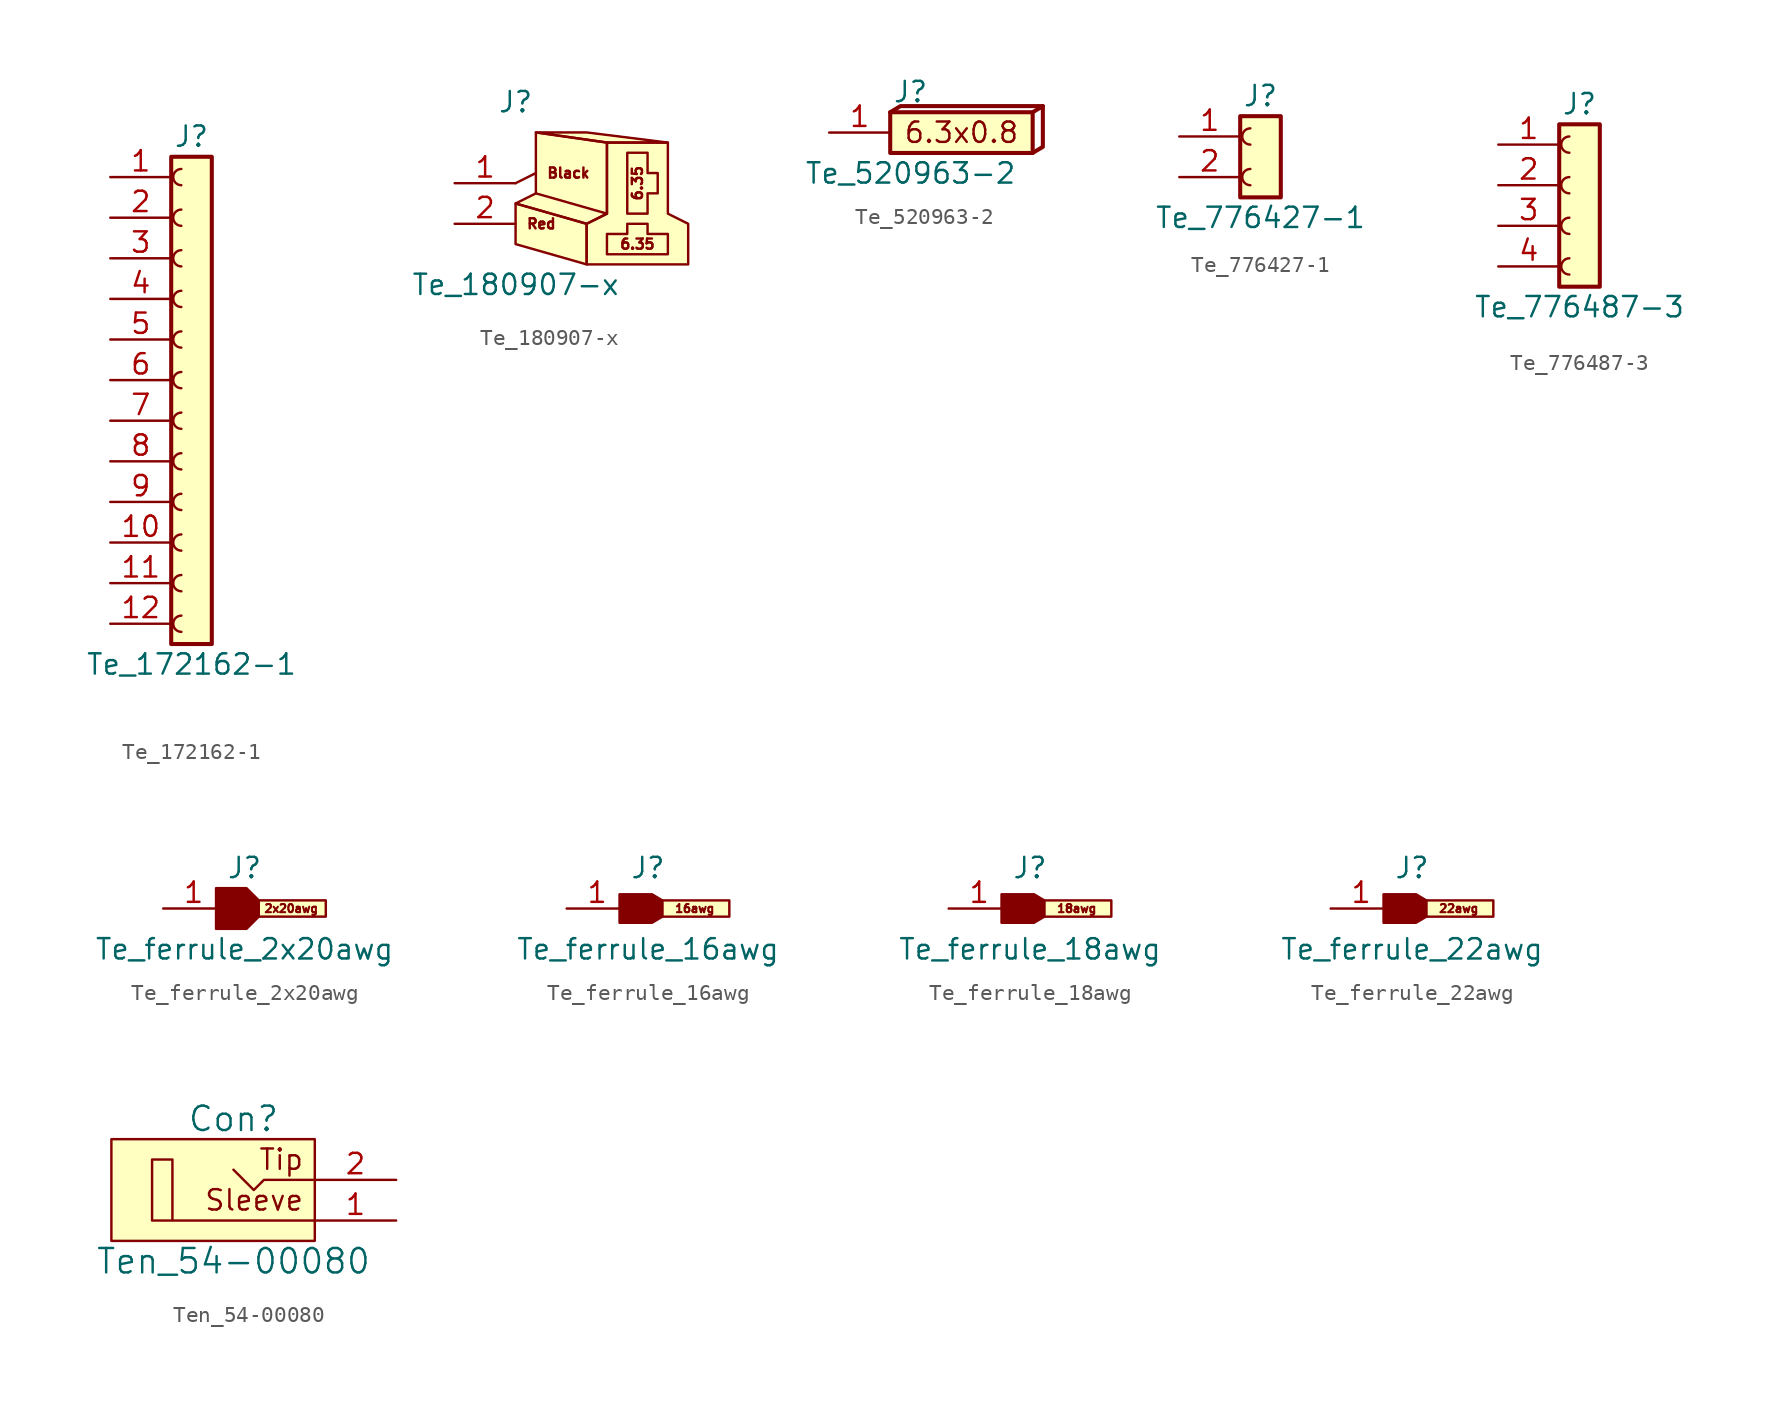
<source format=kicad_sym>
(kicad_symbol_lib
  (version 20211014)
  (generator kicad_symbol_editor)
  (symbol "Te_172162-1"
    (pin_names
      (offset 1.016) hide)
    (property "Reference" "J"
      (at 0 16.51 0)
      (effects (font (size 1.27 1.27))))
    (property "Value" "Te_172162-1"
      (at 0 -16.51 0)
      (effects (font (size 1.27 1.27))))
    (symbol "Te_172162-1_1_1"
      (rectangle (start -1.27 15.24) (end 1.27 -15.24) (stroke (width 0.254) (type default) (color 0 0 0 0)) (fill (type background)))
      (arc (start -0.635 -13.462) (mid -1.143 -13.97) (end -0.635 -14.478) (stroke (width 0) (type default) (color 0 0 0 0)) (fill (type none)))
      (arc (start -0.635 -10.922) (mid -1.143 -11.43) (end -0.635 -11.938) (stroke (width 0) (type default) (color 0 0 0 0)) (fill (type none)))
      (arc (start -0.635 -8.382) (mid -1.143 -8.89) (end -0.635 -9.398) (stroke (width 0) (type default) (color 0 0 0 0)) (fill (type none)))
      (arc (start -0.635 -5.842) (mid -1.143 -6.35) (end -0.635 -6.858) (stroke (width 0) (type default) (color 0 0 0 0)) (fill (type none)))
      (arc (start -0.635 -3.302) (mid -1.143 -3.81) (end -0.635 -4.318) (stroke (width 0) (type default) (color 0 0 0 0)) (fill (type none)))
      (arc (start -0.635 -0.762) (mid -1.143 -1.27) (end -0.635 -1.778) (stroke (width 0) (type default) (color 0 0 0 0)) (fill (type none)))
      (arc (start -0.635 1.778) (mid -1.143 1.27) (end -0.635 0.762) (stroke (width 0) (type default) (color 0 0 0 0)) (fill (type none)))
      (arc (start -0.635 4.318) (mid -1.143 3.81) (end -0.635 3.302) (stroke (width 0) (type default) (color 0 0 0 0)) (fill (type none)))
      (arc (start -0.635 6.858) (mid -1.143 6.35) (end -0.635 5.842) (stroke (width 0) (type default) (color 0 0 0 0)) (fill (type none)))
      (arc (start -0.635 9.398) (mid -1.143 8.89) (end -0.635 8.382) (stroke (width 0) (type default) (color 0 0 0 0)) (fill (type none)))
      (arc (start -0.635 11.938) (mid -1.143 11.43) (end -0.635 10.922) (stroke (width 0) (type default) (color 0 0 0 0)) (fill (type none)))
      (arc (start -0.635 14.478) (mid -1.143 13.97) (end -0.635 13.462) (stroke (width 0) (type default) (color 0 0 0 0)) (fill (type none)))
      (pin passive line (at -5.08 13.97 0) (length 3.81) (name "Pin_1" (effects (font (size 1.27 1.27)))) (number "1" (effects (font (size 1.27 1.27)))))
      (pin passive line (at -5.08 -8.89 0) (length 3.81) (name "Pin_10" (effects (font (size 1.27 1.27)))) (number "10" (effects (font (size 1.27 1.27)))))
      (pin passive line (at -5.08 -11.43 0) (length 3.81) (name "Pin_11" (effects (font (size 1.27 1.27)))) (number "11" (effects (font (size 1.27 1.27)))))
      (pin passive line (at -5.08 -13.97 0) (length 3.81) (name "Pin_12" (effects (font (size 1.27 1.27)))) (number "12" (effects (font (size 1.27 1.27)))))
      (pin passive line (at -5.08 11.43 0) (length 3.81) (name "Pin_2" (effects (font (size 1.27 1.27)))) (number "2" (effects (font (size 1.27 1.27)))))
      (pin passive line (at -5.08 8.89 0) (length 3.81) (name "Pin_3" (effects (font (size 1.27 1.27)))) (number "3" (effects (font (size 1.27 1.27)))))
      (pin passive line (at -5.08 6.35 0) (length 3.81) (name "Pin_4" (effects (font (size 1.27 1.27)))) (number "4" (effects (font (size 1.27 1.27)))))
      (pin passive line (at -5.08 3.81 0) (length 3.81) (name "Pin_5" (effects (font (size 1.27 1.27)))) (number "5" (effects (font (size 1.27 1.27)))))
      (pin passive line (at -5.08 1.27 0) (length 3.81) (name "Pin_6" (effects (font (size 1.27 1.27)))) (number "6" (effects (font (size 1.27 1.27)))))
      (pin passive line (at -5.08 -1.27 0) (length 3.81) (name "Pin_7" (effects (font (size 1.27 1.27)))) (number "7" (effects (font (size 1.27 1.27)))))
      (pin passive line (at -5.08 -3.81 0) (length 3.81) (name "Pin_8" (effects (font (size 1.27 1.27)))) (number "8" (effects (font (size 1.27 1.27)))))
      (pin passive line (at -5.08 -6.35 0) (length 3.81) (name "Pin_9" (effects (font (size 1.27 1.27)))) (number "9" (effects (font (size 1.27 1.27)))))))
  (symbol "Te_180907-x"
    (pin_names
      (offset 1.016) hide)
    (property "Reference" "J"
      (at 0 6.35 0)
      (effects (font (size 1.27 1.27))))
    (property "Value" "Te_180907-x"
      (at 0 -5.08 0)
      (effects (font (size 1.27 1.27))))
    (symbol "Te_180907-x_0_0"
      (text "Black" (at 1.905 1.905 0) (effects (font (size 0.635 0.635)) (justify left)))
      (text "Red" (at 0.635 -1.27 0) (effects (font (size 0.635 0.635)) (justify left))))
    (symbol "Te_180907-x_0_1"
      (polyline (pts (xy 0 1.27) (xy 1.27 1.905)) (stroke (width 0) (type default) (color 0 0 0 0)) (fill (type none)))
      (polyline (pts (xy 4.445 -3.81) (xy 0 -2.54) (xy 0 0) (xy 4.445 -1.27) (xy 4.445 -3.81)) (stroke (width 0) (type default) (color 0 0 0 0)) (fill (type background)))
      (polyline (pts (xy 9.525 3.81) (xy 4.445 4.445) (xy 1.27 4.445) (xy 5.715 3.81) (xy 9.525 3.81)) (stroke (width 0) (type default) (color 0 0 0 0)) (fill (type background)))
      (polyline (pts (xy 0 0) (xy 1.27 0.635) (xy 1.27 4.445) (xy 5.715 3.81) (xy 5.715 -0.635) (xy 4.445 -1.27) (xy 0 0)) (stroke (width 0) (type default) (color 0 0 0 0)) (fill (type background)))
      (polyline (pts (xy 4.445 -1.27) (xy 4.445 -3.81) (xy 10.795 -3.81) (xy 10.795 -1.27) (xy 9.525 -0.635) (xy 9.525 3.81) (xy 5.715 3.81) (xy 5.715 -0.635) (xy 4.445 -1.27)) (stroke (width 0) (type default) (color 0 0 0 0)) (fill (type background)))
      (polyline (pts (xy 5.715 -3.175) (xy 5.715 -1.905) (xy 6.985 -1.905) (xy 6.985 -1.27) (xy 8.255 -1.27) (xy 8.255 -1.905) (xy 9.525 -1.905) (xy 9.525 -3.175) (xy 5.715 -3.175)) (stroke (width 0) (type default) (color 0 0 0 0)) (fill (type none))))
    (symbol "Te_180907-x_1_1"
      (polyline (pts (xy 5.715 -0.635) (xy 1.27 0.635)) (stroke (width 0) (type default) (color 0 0 0 0)) (fill (type none)))
      (polyline (pts (xy 6.985 3.175) (xy 8.255 3.175) (xy 8.255 1.905) (xy 8.89 1.905) (xy 8.89 0.635) (xy 8.255 0.635) (xy 8.255 -0.635) (xy 6.985 -0.635) (xy 6.985 3.175)) (stroke (width 0) (type default) (color 0 0 0 0)) (fill (type none)))
      (text "6.35" (at 7.62 -2.54 0) (effects (font (size 0.635 0.635))))
      (text "6.35" (at 7.62 1.27 900) (effects (font (size 0.635 0.635))))
      (pin passive line (at -3.81 1.27 0) (length 3.81) (name "Pin_1" (effects (font (size 1.27 1.27)))) (number "1" (effects (font (size 1.27 1.27)))))
      (pin passive line (at -3.81 -1.27 0) (length 3.81) (name "Pin_2" (effects (font (size 1.27 1.27)))) (number "2" (effects (font (size 1.27 1.27)))))))
  (symbol "Te_520963-2"
    (pin_names
      (offset 1.016) hide)
    (property "Reference" "J"
      (at 0 2.54 0)
      (effects (font (size 1.27 1.27))))
    (property "Value" "Te_520963-2"
      (at 0 -2.54 0)
      (effects (font (size 1.27 1.27))))
    (symbol "Te_520963-2_0_0"
      (text "6.3x0.8" (at 3.175 0 0) (effects (font (size 1.27 1.27)))))
    (symbol "Te_520963-2_0_1"
      (polyline (pts (xy 7.62 1.27) (xy 8.255 1.651)) (stroke (width 0.254) (type default) (color 0 0 0 0)) (fill (type none)))
      (polyline (pts (xy -1.27 1.27) (xy -0.635 1.651) (xy 8.255 1.651) (xy 8.255 -0.889) (xy 7.62 -1.27)) (stroke (width 0.254) (type default) (color 0 0 0 0)) (fill (type none))))
    (symbol "Te_520963-2_1_1"
      (rectangle (start -1.27 1.27) (end 7.62 -1.27) (stroke (width 0.254) (type default) (color 0 0 0 0)) (fill (type background)))
      (pin passive line (at -5.08 0 0) (length 3.81) (name "Pin_1" (effects (font (size 1.27 1.27)))) (number "1" (effects (font (size 1.27 1.27)))))))
  (symbol "Te_776427-1"
    (pin_names
      (offset 1.016) hide)
    (property "Reference" "J"
      (at 0 3.81 0)
      (effects (font (size 1.27 1.27))))
    (property "Value" "Te_776427-1"
      (at 0 -3.81 0)
      (effects (font (size 1.27 1.27))))
    (symbol "Te_776427-1_1_1"
      (rectangle (start -1.27 2.54) (end 1.27 -2.54) (stroke (width 0.254) (type default) (color 0 0 0 0)) (fill (type background)))
      (arc (start -0.635 -0.762) (mid -1.143 -1.27) (end -0.635 -1.778) (stroke (width 0) (type default) (color 0 0 0 0)) (fill (type none)))
      (arc (start -0.635 1.778) (mid -1.143 1.27) (end -0.635 0.762) (stroke (width 0) (type default) (color 0 0 0 0)) (fill (type none)))
      (pin passive line (at -5.08 1.27 0) (length 3.81) (name "Pin_1" (effects (font (size 1.27 1.27)))) (number "1" (effects (font (size 1.27 1.27)))))
      (pin passive line (at -5.08 -1.27 0) (length 3.81) (name "Pin_2" (effects (font (size 1.27 1.27)))) (number "2" (effects (font (size 1.27 1.27)))))))
  (symbol "Te_776487-3"
    (pin_names
      (offset 1.016) hide)
    (property "Reference" "J"
      (at 0 6.35 0)
      (effects (font (size 1.27 1.27))))
    (property "Value" "Te_776487-3"
      (at 0 -6.35 0)
      (effects (font (size 1.27 1.27))))
    (symbol "Te_776487-3_1_1"
      (rectangle (start -1.27 5.08) (end 1.27 -5.08) (stroke (width 0.254) (type default) (color 0 0 0 0)) (fill (type background)))
      (arc (start -0.635 -3.302) (mid -1.143 -3.81) (end -0.635 -4.318) (stroke (width 0) (type default) (color 0 0 0 0)) (fill (type none)))
      (arc (start -0.635 -0.762) (mid -1.143 -1.27) (end -0.635 -1.778) (stroke (width 0) (type default) (color 0 0 0 0)) (fill (type none)))
      (arc (start -0.635 1.778) (mid -1.143 1.27) (end -0.635 0.762) (stroke (width 0) (type default) (color 0 0 0 0)) (fill (type none)))
      (arc (start -0.635 4.318) (mid -1.143 3.81) (end -0.635 3.302) (stroke (width 0) (type default) (color 0 0 0 0)) (fill (type none)))
      (pin passive line (at -5.08 3.81 0) (length 3.81) (name "Pin_1" (effects (font (size 1.27 1.27)))) (number "1" (effects (font (size 1.27 1.27)))))
      (pin passive line (at -5.08 1.27 0) (length 3.81) (name "Pin_2" (effects (font (size 1.27 1.27)))) (number "2" (effects (font (size 1.27 1.27)))))
      (pin passive line (at -5.08 -1.27 0) (length 3.81) (name "Pin_3" (effects (font (size 1.27 1.27)))) (number "3" (effects (font (size 1.27 1.27)))))
      (pin passive line (at -5.08 -3.81 0) (length 3.81) (name "Pin_4" (effects (font (size 1.27 1.27)))) (number "4" (effects (font (size 1.27 1.27)))))))
  (symbol "Te_ferrule_2x20awg"
    (pin_names
      (offset 1.016) hide)
    (property "Reference" "J"
      (at 0 2.54 0)
      (effects (font (size 1.27 1.27))))
    (property "Value" "Te_ferrule_2x20awg"
      (at 0 -2.54 0)
      (effects (font (size 1.27 1.27))))
    (symbol "Te_ferrule_2x20awg_0_0"
      (text "2x20awg" (at 2.921 0 0) (effects (font (size 0.508 0.508)))))
    (symbol "Te_ferrule_2x20awg_0_1"
      (polyline (pts (xy 0.889 0.508) (xy 5.08 0.508) (xy 5.08 -0.508) (xy 0.889 -0.508) (xy 0.889 0.508)) (stroke (width 0) (type default) (color 0 0 0 0)) (fill (type background)))
      (polyline (pts (xy -1.778 1.27) (xy -1.778 -1.27) (xy 0.127 -1.27) (xy 0.889 -0.508) (xy 0.889 0.508) (xy 0.127 1.27) (xy -1.778 1.27)) (stroke (width 0) (type default) (color 0 0 0 0)) (fill (type outline))))
    (symbol "Te_ferrule_2x20awg_1_1"
      (pin passive line (at -5.08 0 0) (length 3.81) (name "Pin_1" (effects (font (size 1.27 1.27)))) (number "1" (effects (font (size 1.27 1.27)))))))
  (symbol "Te_ferrule_16awg"
    (pin_names
      (offset 1.016) hide)
    (property "Reference" "J"
      (at 0 2.54 0)
      (effects (font (size 1.27 1.27))))
    (property "Value" "Te_ferrule_16awg"
      (at 0 -2.54 0)
      (effects (font (size 1.27 1.27))))
    (symbol "Te_ferrule_16awg_0_0"
      (text "16awg" (at 2.921 0 0) (effects (font (size 0.508 0.508)))))
    (symbol "Te_ferrule_16awg_0_1"
      (polyline (pts (xy 0.889 0.508) (xy 5.08 0.508) (xy 5.08 -0.508) (xy 0.889 -0.508) (xy 0.889 0.508)) (stroke (width 0) (type default) (color 0 0 0 0)) (fill (type background)))
      (polyline (pts (xy -1.778 0.889) (xy -1.778 -0.889) (xy 0.254 -0.889) (xy 0.889 -0.508) (xy 0.889 0.508) (xy 0.254 0.889) (xy -1.778 0.889)) (stroke (width 0) (type default) (color 0 0 0 0)) (fill (type outline))))
    (symbol "Te_ferrule_16awg_1_1"
      (pin passive line (at -5.08 0 0) (length 3.81) (name "Pin_1" (effects (font (size 1.27 1.27)))) (number "1" (effects (font (size 1.27 1.27)))))))
  (symbol "Te_ferrule_18awg"
    (pin_names
      (offset 1.016) hide)
    (property "Reference" "J"
      (at 0 2.54 0)
      (effects (font (size 1.27 1.27))))
    (property "Value" "Te_ferrule_18awg"
      (at 0 -2.54 0)
      (effects (font (size 1.27 1.27))))
    (symbol "Te_ferrule_18awg_0_0"
      (text "18awg" (at 2.921 0 0) (effects (font (size 0.508 0.508)))))
    (symbol "Te_ferrule_18awg_0_1"
      (polyline (pts (xy 0.889 0.508) (xy 5.08 0.508) (xy 5.08 -0.508) (xy 0.889 -0.508) (xy 0.889 0.508)) (stroke (width 0) (type default) (color 0 0 0 0)) (fill (type background)))
      (polyline (pts (xy -1.778 0.889) (xy -1.778 -0.889) (xy 0.254 -0.889) (xy 0.889 -0.508) (xy 0.889 0.508) (xy 0.254 0.889) (xy -1.778 0.889)) (stroke (width 0) (type default) (color 0 0 0 0)) (fill (type outline))))
    (symbol "Te_ferrule_18awg_1_1"
      (pin passive line (at -5.08 0 0) (length 3.81) (name "Pin_1" (effects (font (size 1.27 1.27)))) (number "1" (effects (font (size 1.27 1.27)))))))
  (symbol "Te_ferrule_22awg"
    (pin_names
      (offset 1.016) hide)
    (property "Reference" "J"
      (at 0 2.54 0)
      (effects (font (size 1.27 1.27))))
    (property "Value" "Te_ferrule_22awg"
      (at 0 -2.54 0)
      (effects (font (size 1.27 1.27))))
    (symbol "Te_ferrule_22awg_0_0"
      (text "22awg" (at 2.921 0 0) (effects (font (size 0.508 0.508)))))
    (symbol "Te_ferrule_22awg_0_1"
      (polyline (pts (xy 0.889 0.508) (xy 5.08 0.508) (xy 5.08 -0.508) (xy 0.889 -0.508) (xy 0.889 0.508)) (stroke (width 0) (type default) (color 0 0 0 0)) (fill (type background)))
      (polyline (pts (xy -1.778 0.889) (xy -1.778 -0.889) (xy 0.254 -0.889) (xy 0.889 -0.508) (xy 0.889 0.508) (xy 0.254 0.889) (xy -1.778 0.889)) (stroke (width 0) (type default) (color 0 0 0 0)) (fill (type outline))))
    (symbol "Te_ferrule_22awg_1_1"
      (pin passive line (at -5.08 0 0) (length 3.81) (name "Pin_1" (effects (font (size 1.27 1.27)))) (number "1" (effects (font (size 1.27 1.27)))))))
  (symbol "Ten_54-00080"
    (pin_names
      (offset 0.051) hide)
    (property "Reference" "Con"
      (at 0 3.81 0)
      (effects (font (size 1.524 1.524))))
    (property "Value" "Ten_54-00080"
      (at 0 -5.08 0)
      (effects (font (size 1.524 1.524))))
    (symbol "Ten_54-00080_0_0"
      (text "Sleeve" (at 4.445 -1.27 0) (effects (font (size 1.27 1.27)) (justify right)))
      (text "Tip" (at 4.445 1.27 0) (effects (font (size 1.27 1.27)) (justify right))))
    (symbol "Ten_54-00080_0_1"
      (polyline (pts (xy 5.08 0) (xy 1.905 0) (xy 1.27 -0.635) (xy 0 0.635)) (stroke (width 0) (type default) (color 0 0 0 0)) (fill (type none)))
      (polyline (pts (xy 5.08 -2.54) (xy -3.81 -2.54) (xy -3.81 1.27) (xy -5.08 1.27) (xy -5.08 -2.54) (xy -3.81 -2.54)) (stroke (width 0) (type default) (color 0 0 0 0)) (fill (type none)))
      (rectangle (start 5.08 2.54) (end -7.62 -3.81) (stroke (width 0) (type default) (color 0 0 0 0)) (fill (type background))))
    (symbol "Ten_54-00080_1_1"
      (pin passive line (at 10.16 -2.54 180) (length 5.08) (name "Sleeve" (effects (font (size 1.27 1.27)))) (number "1" (effects (font (size 1.27 1.27)))))
      (pin passive line (at 10.16 0 180) (length 5.08) (name "Tip" (effects (font (size 1.27 1.27)))) (number "2" (effects (font (size 1.27 1.27))))))))
</source>
